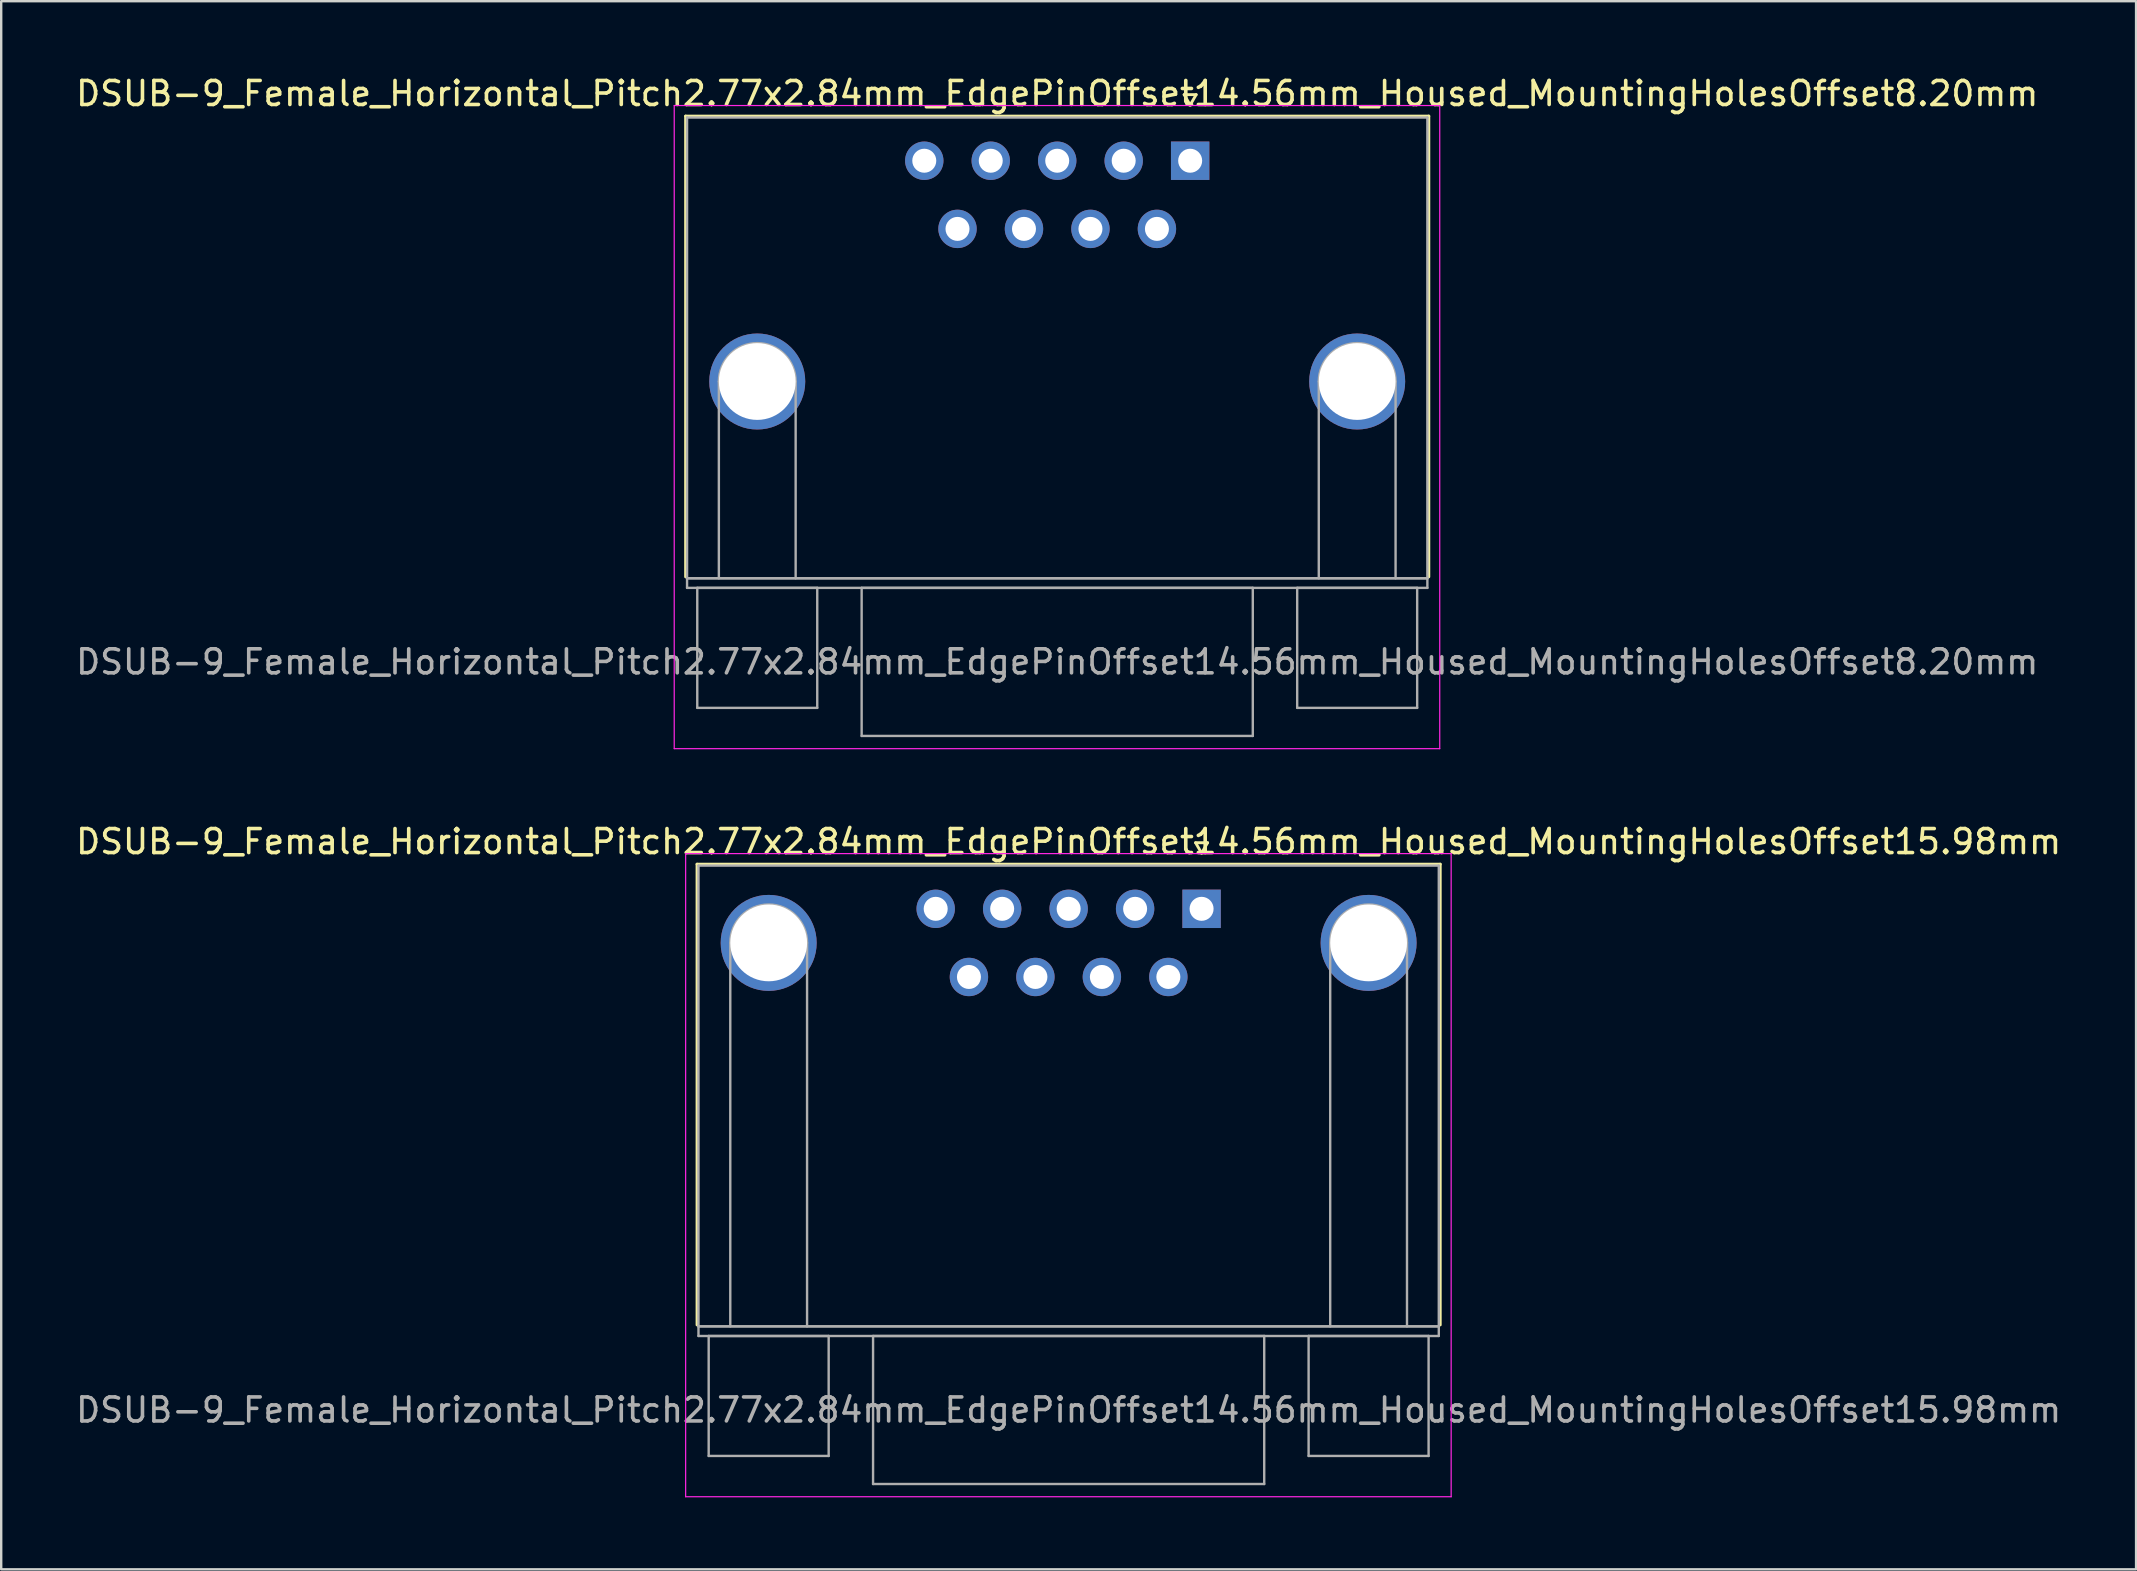
<source format=kicad_pcb>
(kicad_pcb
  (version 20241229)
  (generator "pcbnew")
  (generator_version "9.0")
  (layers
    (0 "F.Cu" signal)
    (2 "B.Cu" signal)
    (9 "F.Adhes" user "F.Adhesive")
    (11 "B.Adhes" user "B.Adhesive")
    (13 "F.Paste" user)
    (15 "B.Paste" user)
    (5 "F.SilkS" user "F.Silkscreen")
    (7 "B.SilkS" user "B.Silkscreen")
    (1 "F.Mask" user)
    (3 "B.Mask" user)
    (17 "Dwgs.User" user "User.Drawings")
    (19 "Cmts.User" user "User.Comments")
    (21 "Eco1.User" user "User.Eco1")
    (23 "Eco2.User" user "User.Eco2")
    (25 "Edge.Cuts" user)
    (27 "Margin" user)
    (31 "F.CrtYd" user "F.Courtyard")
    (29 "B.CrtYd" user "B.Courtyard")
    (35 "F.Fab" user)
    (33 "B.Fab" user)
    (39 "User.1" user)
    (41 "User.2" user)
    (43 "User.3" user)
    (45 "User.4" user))
  (footprint "DSUB-9_Female_Horizontal_Pitch2.77x2.84mm_EdgePinOffset14.56mm_Housed_MountingHolesOffset8.20mm"
    (layer "F.Cu")
    (at 46.546 3.648)
    (property "Reference" "DSUB-9_Female_Horizontal_Pitch2.77x2.84mm_EdgePinOffset14.56mm_Housed_MountingHolesOffset8.20mm" (at -5.54 -2.8 0) (layer "F.SilkS") (effects (font (size 1 1) (thickness 0.15))))
    (attr through_hole)
    (fp_line (start -21.025 -1.86) (end 9.945 -1.86) (stroke (width 0.12) (type solid)) (layer "F.SilkS"))
    (fp_line (start -21.025 17.34) (end -21.025 -1.86) (stroke (width 0.12) (type solid)) (layer "F.SilkS"))
    (fp_line (start -0.25 -2.754) (end 0.25 -2.754) (stroke (width 0.12) (type solid)) (layer "F.SilkS"))
    (fp_line (start 0 -2.321) (end -0.25 -2.754) (stroke (width 0.12) (type solid)) (layer "F.SilkS"))
    (fp_line (start 0.25 -2.754) (end 0 -2.321) (stroke (width 0.12) (type solid)) (layer "F.SilkS"))
    (fp_line (start 9.945 -1.86) (end 9.945 17.34) (stroke (width 0.12) (type solid)) (layer "F.SilkS"))
    (fp_line (start -21.5 -2.3) (end -21.5 24.5) (stroke (width 0.05) (type solid)) (layer "F.CrtYd"))
    (fp_line (start -21.5 24.5) (end 10.4 24.5) (stroke (width 0.05) (type solid)) (layer "F.CrtYd"))
    (fp_line (start 10.4 -2.3) (end -21.5 -2.3) (stroke (width 0.05) (type solid)) (layer "F.CrtYd"))
    (fp_line (start 10.4 24.5) (end 10.4 -2.3) (stroke (width 0.05) (type solid)) (layer "F.CrtYd"))
    (fp_line (start -20.965 -1.8) (end -20.965 17.4) (stroke (width 0.1) (type solid)) (layer "F.Fab"))
    (fp_line (start -20.965 17.4) (end -20.965 17.8) (stroke (width 0.1) (type solid)) (layer "F.Fab"))
    (fp_line (start -20.965 17.4) (end 9.885 17.4) (stroke (width 0.1) (type solid)) (layer "F.Fab"))
    (fp_line (start -20.965 17.8) (end 9.885 17.8) (stroke (width 0.1) (type solid)) (layer "F.Fab"))
    (fp_line (start -20.54 17.8) (end -20.54 22.8) (stroke (width 0.1) (type solid)) (layer "F.Fab"))
    (fp_line (start -20.54 22.8) (end -15.54 22.8) (stroke (width 0.1) (type solid)) (layer "F.Fab"))
    (fp_line (start -19.64 17.4) (end -19.64 9.2) (stroke (width 0.1) (type solid)) (layer "F.Fab"))
    (fp_line (start -16.44 17.4) (end -16.44 9.2) (stroke (width 0.1) (type solid)) (layer "F.Fab"))
    (fp_line (start -15.54 17.8) (end -20.54 17.8) (stroke (width 0.1) (type solid)) (layer "F.Fab"))
    (fp_line (start -15.54 22.8) (end -15.54 17.8) (stroke (width 0.1) (type solid)) (layer "F.Fab"))
    (fp_line (start -13.69 17.8) (end -13.69 23.97) (stroke (width 0.1) (type solid)) (layer "F.Fab"))
    (fp_line (start -13.69 23.97) (end 2.61 23.97) (stroke (width 0.1) (type solid)) (layer "F.Fab"))
    (fp_line (start 2.61 17.8) (end -13.69 17.8) (stroke (width 0.1) (type solid)) (layer "F.Fab"))
    (fp_line (start 2.61 23.97) (end 2.61 17.8) (stroke (width 0.1) (type solid)) (layer "F.Fab"))
    (fp_line (start 4.46 17.8) (end 4.46 22.8) (stroke (width 0.1) (type solid)) (layer "F.Fab"))
    (fp_line (start 4.46 22.8) (end 9.46 22.8) (stroke (width 0.1) (type solid)) (layer "F.Fab"))
    (fp_line (start 5.36 17.4) (end 5.36 9.2) (stroke (width 0.1) (type solid)) (layer "F.Fab"))
    (fp_line (start 8.56 17.4) (end 8.56 9.2) (stroke (width 0.1) (type solid)) (layer "F.Fab"))
    (fp_line (start 9.46 17.8) (end 4.46 17.8) (stroke (width 0.1) (type solid)) (layer "F.Fab"))
    (fp_line (start 9.46 22.8) (end 9.46 17.8) (stroke (width 0.1) (type solid)) (layer "F.Fab"))
    (fp_line (start 9.885 -1.8) (end -20.965 -1.8) (stroke (width 0.1) (type solid)) (layer "F.Fab"))
    (fp_line (start 9.885 17.4) (end -20.965 17.4) (stroke (width 0.1) (type solid)) (layer "F.Fab"))
    (fp_line (start 9.885 17.4) (end 9.885 -1.8) (stroke (width 0.1) (type solid)) (layer "F.Fab"))
    (fp_line (start 9.885 17.8) (end 9.885 17.4) (stroke (width 0.1) (type solid)) (layer "F.Fab"))
    (fp_arc (start -19.64 9.2) (mid -18.04 7.6) (end -16.44 9.2) (stroke (width 0.1) (type solid)) (layer "F.Fab"))
    (fp_arc (start 5.36 9.2) (mid 6.96 7.6) (end 8.56 9.2) (stroke (width 0.1) (type solid)) (layer "F.Fab"))
    (fp_text user "${REFERENCE}" (at -5.54 20.885 0) (layer "F.Fab") (effects (font (size 1 1) (thickness 0.15))))
    (pad "0" thru_hole circle (at -18.04 9.2) (size 4 4) (drill 3.2) (layers "*.Cu" "*.Mask"))
    (pad "0" thru_hole circle (at 6.96 9.2) (size 4 4) (drill 3.2) (layers "*.Cu" "*.Mask"))
    (pad "1" thru_hole rect (at 0 0) (size 1.6 1.6) (drill 1) (layers "*.Cu" "*.Mask"))
    (pad "2" thru_hole circle (at -2.77 0) (size 1.6 1.6) (drill 1) (layers "*.Cu" "*.Mask"))
    (pad "3" thru_hole circle (at -5.54 0) (size 1.6 1.6) (drill 1) (layers "*.Cu" "*.Mask"))
    (pad "4" thru_hole circle (at -8.31 0) (size 1.6 1.6) (drill 1) (layers "*.Cu" "*.Mask"))
    (pad "5" thru_hole circle (at -11.08 0) (size 1.6 1.6) (drill 1) (layers "*.Cu" "*.Mask"))
    (pad "6" thru_hole circle (at -1.385 2.84) (size 1.6 1.6) (drill 1) (layers "*.Cu" "*.Mask"))
    (pad "7" thru_hole circle (at -4.155 2.84) (size 1.6 1.6) (drill 1) (layers "*.Cu" "*.Mask"))
    (pad "8" thru_hole circle (at -6.925 2.84) (size 1.6 1.6) (drill 1) (layers "*.Cu" "*.Mask"))
    (pad "9" thru_hole circle (at -9.695 2.84) (size 1.6 1.6) (drill 1) (layers "*.Cu" "*.Mask")))
  (footprint "DSUB-9_Female_Horizontal_Pitch2.77x2.84mm_EdgePinOffset14.56mm_Housed_MountingHolesOffset15.98mm"
    (layer "F.Cu")
    (at 47.022 34.822)
    (property "Reference" "DSUB-9_Female_Horizontal_Pitch2.77x2.84mm_EdgePinOffset14.56mm_Housed_MountingHolesOffset15.98mm" (at -5.54 -2.8 0) (layer "F.SilkS") (effects (font (size 1 1) (thickness 0.15))))
    (attr through_hole)
    (fp_line (start -21.025 -1.86) (end 9.945 -1.86) (stroke (width 0.12) (type solid)) (layer "F.SilkS"))
    (fp_line (start -21.025 17.34) (end -21.025 -1.86) (stroke (width 0.12) (type solid)) (layer "F.SilkS"))
    (fp_line (start -0.25 -2.754) (end 0.25 -2.754) (stroke (width 0.12) (type solid)) (layer "F.SilkS"))
    (fp_line (start 0 -2.321) (end -0.25 -2.754) (stroke (width 0.12) (type solid)) (layer "F.SilkS"))
    (fp_line (start 0.25 -2.754) (end 0 -2.321) (stroke (width 0.12) (type solid)) (layer "F.SilkS"))
    (fp_line (start 9.945 -1.86) (end 9.945 17.34) (stroke (width 0.12) (type solid)) (layer "F.SilkS"))
    (fp_line (start -21.5 -2.3) (end -21.5 24.5) (stroke (width 0.05) (type solid)) (layer "F.CrtYd"))
    (fp_line (start -21.5 24.5) (end 10.4 24.5) (stroke (width 0.05) (type solid)) (layer "F.CrtYd"))
    (fp_line (start 10.4 -2.3) (end -21.5 -2.3) (stroke (width 0.05) (type solid)) (layer "F.CrtYd"))
    (fp_line (start 10.4 24.5) (end 10.4 -2.3) (stroke (width 0.05) (type solid)) (layer "F.CrtYd"))
    (fp_line (start -20.965 -1.8) (end -20.965 17.4) (stroke (width 0.1) (type solid)) (layer "F.Fab"))
    (fp_line (start -20.965 17.4) (end -20.965 17.8) (stroke (width 0.1) (type solid)) (layer "F.Fab"))
    (fp_line (start -20.965 17.4) (end 9.885 17.4) (stroke (width 0.1) (type solid)) (layer "F.Fab"))
    (fp_line (start -20.965 17.8) (end 9.885 17.8) (stroke (width 0.1) (type solid)) (layer "F.Fab"))
    (fp_line (start -20.54 17.8) (end -20.54 22.8) (stroke (width 0.1) (type solid)) (layer "F.Fab"))
    (fp_line (start -20.54 22.8) (end -15.54 22.8) (stroke (width 0.1) (type solid)) (layer "F.Fab"))
    (fp_line (start -19.64 17.4) (end -19.64 1.42) (stroke (width 0.1) (type solid)) (layer "F.Fab"))
    (fp_line (start -16.44 17.4) (end -16.44 1.42) (stroke (width 0.1) (type solid)) (layer "F.Fab"))
    (fp_line (start -15.54 17.8) (end -20.54 17.8) (stroke (width 0.1) (type solid)) (layer "F.Fab"))
    (fp_line (start -15.54 22.8) (end -15.54 17.8) (stroke (width 0.1) (type solid)) (layer "F.Fab"))
    (fp_line (start -13.69 17.8) (end -13.69 23.97) (stroke (width 0.1) (type solid)) (layer "F.Fab"))
    (fp_line (start -13.69 23.97) (end 2.61 23.97) (stroke (width 0.1) (type solid)) (layer "F.Fab"))
    (fp_line (start 2.61 17.8) (end -13.69 17.8) (stroke (width 0.1) (type solid)) (layer "F.Fab"))
    (fp_line (start 2.61 23.97) (end 2.61 17.8) (stroke (width 0.1) (type solid)) (layer "F.Fab"))
    (fp_line (start 4.46 17.8) (end 4.46 22.8) (stroke (width 0.1) (type solid)) (layer "F.Fab"))
    (fp_line (start 4.46 22.8) (end 9.46 22.8) (stroke (width 0.1) (type solid)) (layer "F.Fab"))
    (fp_line (start 5.36 17.4) (end 5.36 1.42) (stroke (width 0.1) (type solid)) (layer "F.Fab"))
    (fp_line (start 8.56 17.4) (end 8.56 1.42) (stroke (width 0.1) (type solid)) (layer "F.Fab"))
    (fp_line (start 9.46 17.8) (end 4.46 17.8) (stroke (width 0.1) (type solid)) (layer "F.Fab"))
    (fp_line (start 9.46 22.8) (end 9.46 17.8) (stroke (width 0.1) (type solid)) (layer "F.Fab"))
    (fp_line (start 9.885 -1.8) (end -20.965 -1.8) (stroke (width 0.1) (type solid)) (layer "F.Fab"))
    (fp_line (start 9.885 17.4) (end -20.965 17.4) (stroke (width 0.1) (type solid)) (layer "F.Fab"))
    (fp_line (start 9.885 17.4) (end 9.885 -1.8) (stroke (width 0.1) (type solid)) (layer "F.Fab"))
    (fp_line (start 9.885 17.8) (end 9.885 17.4) (stroke (width 0.1) (type solid)) (layer "F.Fab"))
    (fp_arc (start -19.64 1.42) (mid -18.04 -0.18) (end -16.44 1.42) (stroke (width 0.1) (type solid)) (layer "F.Fab"))
    (fp_arc (start 5.36 1.42) (mid 6.96 -0.18) (end 8.56 1.42) (stroke (width 0.1) (type solid)) (layer "F.Fab"))
    (fp_text user "${REFERENCE}" (at -5.54 20.885 0) (layer "F.Fab") (effects (font (size 1 1) (thickness 0.15))))
    (pad "0" thru_hole circle (at -18.04 1.42) (size 4 4) (drill 3.2) (layers "*.Cu" "*.Mask"))
    (pad "0" thru_hole circle (at 6.96 1.42) (size 4 4) (drill 3.2) (layers "*.Cu" "*.Mask"))
    (pad "1" thru_hole rect (at 0 0) (size 1.6 1.6) (drill 1) (layers "*.Cu" "*.Mask"))
    (pad "2" thru_hole circle (at -2.77 0) (size 1.6 1.6) (drill 1) (layers "*.Cu" "*.Mask"))
    (pad "3" thru_hole circle (at -5.54 0) (size 1.6 1.6) (drill 1) (layers "*.Cu" "*.Mask"))
    (pad "4" thru_hole circle (at -8.31 0) (size 1.6 1.6) (drill 1) (layers "*.Cu" "*.Mask"))
    (pad "5" thru_hole circle (at -11.08 0) (size 1.6 1.6) (drill 1) (layers "*.Cu" "*.Mask"))
    (pad "6" thru_hole circle (at -1.385 2.84) (size 1.6 1.6) (drill 1) (layers "*.Cu" "*.Mask"))
    (pad "7" thru_hole circle (at -4.155 2.84) (size 1.6 1.6) (drill 1) (layers "*.Cu" "*.Mask"))
    (pad "8" thru_hole circle (at -6.925 2.84) (size 1.6 1.6) (drill 1) (layers "*.Cu" "*.Mask"))
    (pad "9" thru_hole circle (at -9.695 2.84) (size 1.6 1.6) (drill 1) (layers "*.Cu" "*.Mask")))
  (gr_rect
    (start -3 -3)
    (end 85.964 62.346)
    (stroke (width 0.1) (type default))
    (fill no)
    (layer "Edge.Cuts")))
</source>
